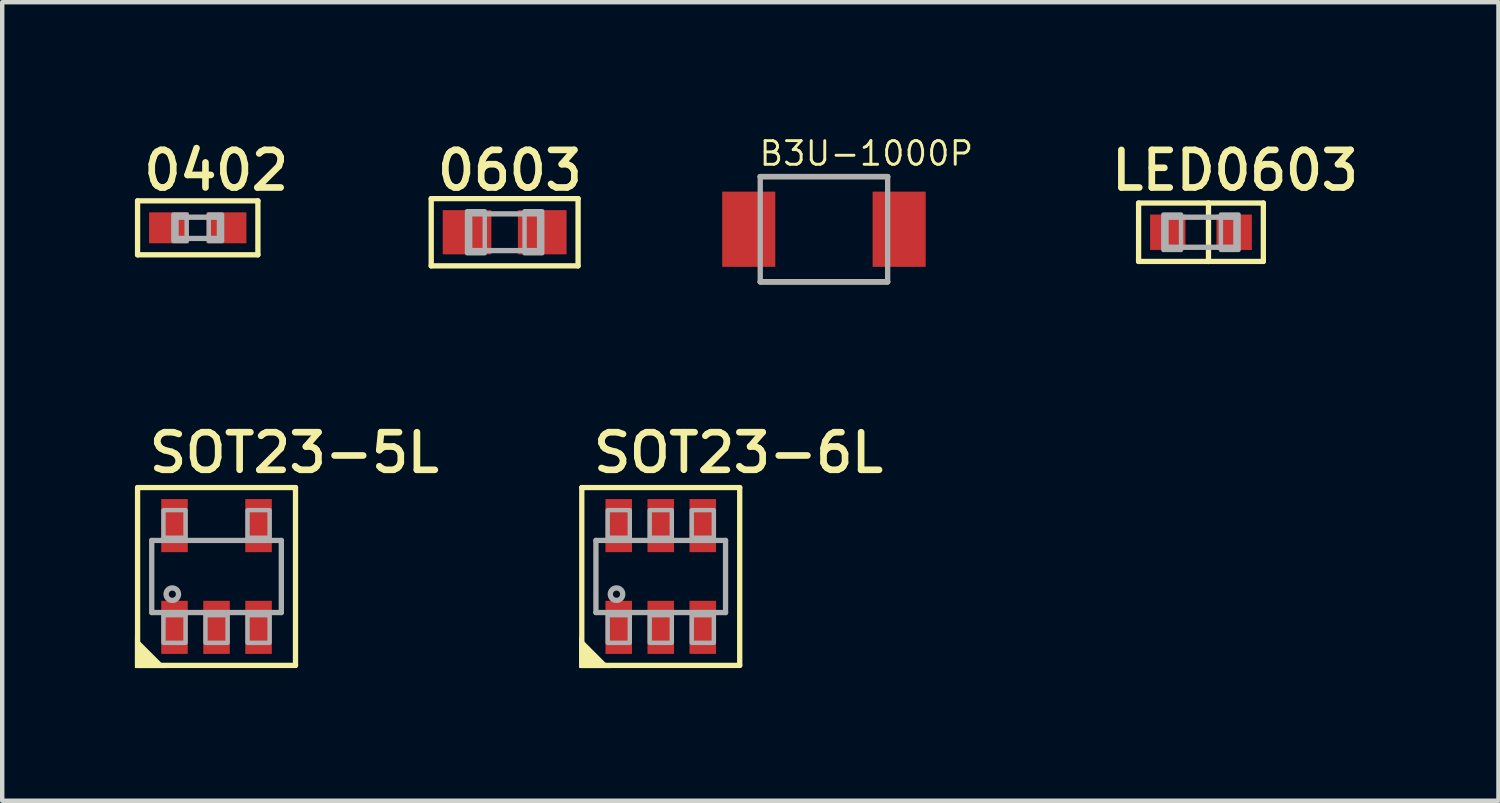
<source format=kicad_pcb>
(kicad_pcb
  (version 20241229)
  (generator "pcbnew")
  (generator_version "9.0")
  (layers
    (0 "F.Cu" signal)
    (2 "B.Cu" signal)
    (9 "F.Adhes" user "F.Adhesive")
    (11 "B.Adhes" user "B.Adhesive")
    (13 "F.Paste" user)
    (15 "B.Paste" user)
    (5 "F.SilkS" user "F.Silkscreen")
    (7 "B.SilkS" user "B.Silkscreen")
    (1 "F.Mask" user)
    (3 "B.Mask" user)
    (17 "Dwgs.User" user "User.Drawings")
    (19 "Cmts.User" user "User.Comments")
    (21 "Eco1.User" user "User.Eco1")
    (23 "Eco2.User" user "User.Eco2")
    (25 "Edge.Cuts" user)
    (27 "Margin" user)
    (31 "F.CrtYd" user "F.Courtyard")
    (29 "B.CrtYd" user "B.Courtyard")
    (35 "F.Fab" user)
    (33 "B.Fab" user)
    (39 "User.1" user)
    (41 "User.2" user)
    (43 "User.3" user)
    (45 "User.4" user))
  (footprint "LED0603"
    (layer "F.Cu")
    (at 24.099 2.2)
    (property "Reference" "LED0603" (at -2.1 -0.9 0) (layer "F.SilkS") (effects (font (size 0.85 0.85) (thickness 0.15)) (justify left bottom)))
    (fp_line (start -1.41 -0.66) (end 0.17 -0.66) (stroke (width 0.12) (type solid)) (layer "F.SilkS"))
    (fp_line (start -1.41 0.66) (end -1.41 -0.66) (stroke (width 0.12) (type solid)) (layer "F.SilkS"))
    (fp_line (start 0.17 -0.66) (end 0.17 0.66) (stroke (width 0.12) (type solid)) (layer "F.SilkS"))
    (fp_line (start 0.17 -0.66) (end 1.41 -0.66) (stroke (width 0.12) (type solid)) (layer "F.SilkS"))
    (fp_line (start 0.17 0.66) (end -1.41 0.66) (stroke (width 0.12) (type solid)) (layer "F.SilkS"))
    (fp_line (start 1.41 -0.66) (end 1.41 0.66) (stroke (width 0.12) (type solid)) (layer "F.SilkS"))
    (fp_line (start 1.41 0.66) (end 0.17 0.66) (stroke (width 0.12) (type solid)) (layer "F.SilkS"))
    (fp_line (start -0.79 -0.34) (end -0.79 0.34) (stroke (width 0.12) (type solid)) (layer "F.Fab"))
    (fp_line (start -0.79 0.34) (end 0.79 0.34) (stroke (width 0.12) (type solid)) (layer "F.Fab"))
    (fp_line (start 0.79 -0.34) (end -0.79 -0.34) (stroke (width 0.12) (type solid)) (layer "F.Fab"))
    (fp_line (start 0.79 0.34) (end 0.79 -0.34) (stroke (width 0.12) (type solid)) (layer "F.Fab"))
    (fp_poly (pts (xy -0.85 0.4) (xy -0.45 0.4) (xy -0.45 -0.4) (xy -0.85 -0.4)) (stroke (width 0.1) (type solid)) (fill no) (layer "F.Fab"))
    (fp_poly (pts (xy 0.45 0.4) (xy 0.85 0.4) (xy 0.85 -0.4) (xy 0.45 -0.4)) (stroke (width 0.1) (type solid)) (fill no) (layer "F.Fab"))
    (pad "1" smd rect (at -0.75 0 270) (size 0.8 0.8) (layers "F.Cu" "F.Mask" "F.Paste"))
    (pad "2" smd rect (at 0.75 0 270) (size 0.8 0.8) (layers "F.Cu" "F.Mask" "F.Paste")))
  (footprint "0402"
    (layer "F.Cu")
    (at 1.42 2.1)
    (property "Reference" "0402" (at -1.3 -0.8 0) (layer "F.SilkS") (effects (font (size 0.85 0.85) (thickness 0.15)) (justify left bottom)))
    (fp_line (start -1.36 -0.61) (end 1.36 -0.61) (stroke (width 0.12) (type solid)) (layer "F.SilkS"))
    (fp_line (start -1.36 0.61) (end -1.36 -0.61) (stroke (width 0.12) (type solid)) (layer "F.SilkS"))
    (fp_line (start 1.36 -0.61) (end 1.36 0.61) (stroke (width 0.12) (type solid)) (layer "F.SilkS"))
    (fp_line (start 1.36 0.61) (end -1.36 0.61) (stroke (width 0.12) (type solid)) (layer "F.SilkS"))
    (fp_line (start -0.49 -0.24) (end 0.49 -0.24) (stroke (width 0.12) (type solid)) (layer "F.Fab"))
    (fp_line (start -0.49 0.24) (end -0.49 -0.24) (stroke (width 0.12) (type solid)) (layer "F.Fab"))
    (fp_line (start 0.49 -0.24) (end 0.49 0.24) (stroke (width 0.12) (type solid)) (layer "F.Fab"))
    (fp_line (start 0.49 0.24) (end -0.49 0.24) (stroke (width 0.12) (type solid)) (layer "F.Fab"))
    (fp_poly (pts (xy -0.55 0.3) (xy -0.25 0.3) (xy -0.25 -0.3) (xy -0.55 -0.3)) (stroke (width 0.1) (type solid)) (fill no) (layer "F.Fab"))
    (fp_poly (pts (xy 0.25 0.3) (xy 0.55 0.3) (xy 0.55 -0.3) (xy 0.25 -0.3)) (stroke (width 0.1) (type solid)) (fill no) (layer "F.Fab"))
    (pad "1" smd rect (at -0.65 0) (size 0.9 0.7) (layers "F.Cu" "F.Mask" "F.Paste"))
    (pad "2" smd rect (at 0.65 0) (size 0.9 0.7) (layers "F.Cu" "F.Mask" "F.Paste")))
  (footprint "SOT23-6L"
    (layer "F.Cu")
    (at 11.887 9.982)
    (property "Reference" "SOT23-6L" (at -1.6 -2.3 0) (layer "F.SilkS") (effects (font (size 0.85 0.85) (thickness 0.15)) (justify left bottom)))
    (fp_line (start -1.785 -2.01) (end 1.785 -2.01) (stroke (width 0.12) (type solid)) (layer "F.SilkS"))
    (fp_line (start -1.785 2.01) (end -1.785 -2.01) (stroke (width 0.12) (type solid)) (layer "F.SilkS"))
    (fp_line (start 1.785 -2.01) (end 1.785 2.01) (stroke (width 0.12) (type solid)) (layer "F.SilkS"))
    (fp_line (start 1.785 2.01) (end -1.785 2.01) (stroke (width 0.12) (type solid)) (layer "F.SilkS"))
    (fp_poly (pts (xy -1.13 2.07) (xy -1.845 2.07) (xy -1.845 1.355)) (stroke (width 0) (type solid)) (fill yes) (layer "F.SilkS"))
    (fp_line (start -1.465 -0.815) (end 1.465 -0.815) (stroke (width 0.12) (type solid)) (layer "F.Fab"))
    (fp_line (start -1.465 0.815) (end -1.465 -0.815) (stroke (width 0.12) (type solid)) (layer "F.Fab"))
    (fp_line (start 1.465 -0.815) (end 1.465 0.815) (stroke (width 0.12) (type solid)) (layer "F.Fab"))
    (fp_line (start 1.465 0.815) (end -1.465 0.815) (stroke (width 0.12) (type solid)) (layer "F.Fab"))
    (fp_circle (center -1 0.4) (end -0.859 0.4) (stroke (width 0.12) (type solid)) (fill no) (layer "F.Fab"))
    (fp_poly (pts (xy -1.2 -0.875) (xy -0.7 -0.875) (xy -0.7 -1.5) (xy -1.2 -1.5)) (stroke (width 0.1) (type solid)) (fill no) (layer "F.Fab"))
    (fp_poly (pts (xy -0.7 0.875) (xy -1.2 0.875) (xy -1.2 1.5) (xy -0.7 1.5)) (stroke (width 0.1) (type solid)) (fill no) (layer "F.Fab"))
    (fp_poly (pts (xy -0.25 -0.875) (xy 0.25 -0.875) (xy 0.25 -1.5) (xy -0.25 -1.5)) (stroke (width 0.1) (type solid)) (fill no) (layer "F.Fab"))
    (fp_poly (pts (xy 0.25 0.875) (xy -0.25 0.875) (xy -0.25 1.5) (xy 0.25 1.5)) (stroke (width 0.1) (type solid)) (fill no) (layer "F.Fab"))
    (fp_poly (pts (xy 0.7 -0.875) (xy 1.2 -0.875) (xy 1.2 -1.5) (xy 0.7 -1.5)) (stroke (width 0.1) (type solid)) (fill no) (layer "F.Fab"))
    (fp_poly (pts (xy 1.2 0.875) (xy 0.7 0.875) (xy 0.7 1.5) (xy 1.2 1.5)) (stroke (width 0.1) (type solid)) (fill no) (layer "F.Fab"))
    (pad "1" smd rect (at -0.95 1.15 90) (size 1.2 0.6) (layers "F.Cu" "F.Mask" "F.Paste"))
    (pad "2" smd rect (at 0 1.15 90) (size 1.2 0.6) (layers "F.Cu" "F.Mask" "F.Paste"))
    (pad "3" smd rect (at 0.95 1.15 90) (size 1.2 0.6) (layers "F.Cu" "F.Mask" "F.Paste"))
    (pad "4" smd rect (at 0.95 -1.15 90) (size 1.2 0.6) (layers "F.Cu" "F.Mask" "F.Paste"))
    (pad "5" smd rect (at 0 -1.15 90) (size 1.2 0.6) (layers "F.Cu" "F.Mask" "F.Paste"))
    (pad "6" smd rect (at -0.95 -1.15 90) (size 1.2 0.6) (layers "F.Cu" "F.Mask" "F.Paste")))
  (footprint "B3U-1000P"
    (layer "F.Cu")
    (at 15.576 2.132)
    (property "Reference" "B3U-1000P" (at -1.5 -1.4 0) (layer "F.SilkS") (effects (font (size 0.534 0.534) (thickness 0.066)) (justify left bottom)))
    (fp_line (start -1.44 1.19) (end 1.44 1.19) (stroke (width 0.12) (type solid)) (layer "F.SilkS"))
    (fp_line (start 1.44 -1.19) (end -1.44 -1.19) (stroke (width 0.12) (type solid)) (layer "F.SilkS"))
    (fp_line (start -1.44 -1.19) (end -1.44 1.19) (stroke (width 0.12) (type solid)) (layer "F.Fab"))
    (fp_line (start -1.44 1.19) (end 1.44 1.19) (stroke (width 0.12) (type solid)) (layer "F.Fab"))
    (fp_line (start 1.44 -1.19) (end -1.44 -1.19) (stroke (width 0.12) (type solid)) (layer "F.Fab"))
    (fp_line (start 1.44 1.19) (end 1.44 -1.19) (stroke (width 0.12) (type solid)) (layer "F.Fab"))
    (pad "1" smd rect (at -1.7 0 90) (size 1.7 1.2) (layers "F.Cu" "F.Mask" "F.Paste"))
    (pad "2" smd rect (at 1.7 0 90) (size 1.7 1.2) (layers "F.Cu" "F.Mask" "F.Paste")))
  (footprint "SOT23-5L"
    (layer "F.Cu")
    (at 1.845 9.982)
    (property "Reference" "SOT23-5L" (at -1.6 -2.3 0) (layer "F.SilkS") (effects (font (size 0.85 0.85) (thickness 0.15)) (justify left bottom)))
    (fp_line (start -1.785 -2.01) (end 1.785 -2.01) (stroke (width 0.12) (type solid)) (layer "F.SilkS"))
    (fp_line (start -1.785 2.01) (end -1.785 -2.01) (stroke (width 0.12) (type solid)) (layer "F.SilkS"))
    (fp_line (start 1.785 -2.01) (end 1.785 2.01) (stroke (width 0.12) (type solid)) (layer "F.SilkS"))
    (fp_line (start 1.785 2.01) (end -1.785 2.01) (stroke (width 0.12) (type solid)) (layer "F.SilkS"))
    (fp_poly (pts (xy -1.13 2.07) (xy -1.845 2.07) (xy -1.845 1.355)) (stroke (width 0) (type solid)) (fill yes) (layer "F.SilkS"))
    (fp_line (start -1.465 -0.815) (end 1.465 -0.815) (stroke (width 0.12) (type solid)) (layer "F.Fab"))
    (fp_line (start -1.465 0.815) (end -1.465 -0.815) (stroke (width 0.12) (type solid)) (layer "F.Fab"))
    (fp_line (start 1.465 -0.815) (end 1.465 0.815) (stroke (width 0.12) (type solid)) (layer "F.Fab"))
    (fp_line (start 1.465 0.815) (end -1.465 0.815) (stroke (width 0.12) (type solid)) (layer "F.Fab"))
    (fp_circle (center -1 0.4) (end -0.859 0.4) (stroke (width 0.12) (type solid)) (fill no) (layer "F.Fab"))
    (fp_poly (pts (xy -1.2 -0.875) (xy -0.7 -0.875) (xy -0.7 -1.5) (xy -1.2 -1.5)) (stroke (width 0.1) (type solid)) (fill no) (layer "F.Fab"))
    (fp_poly (pts (xy -0.7 0.875) (xy -1.2 0.875) (xy -1.2 1.5) (xy -0.7 1.5)) (stroke (width 0.1) (type solid)) (fill no) (layer "F.Fab"))
    (fp_poly (pts (xy 0.25 0.875) (xy -0.25 0.875) (xy -0.25 1.5) (xy 0.25 1.5)) (stroke (width 0.1) (type solid)) (fill no) (layer "F.Fab"))
    (fp_poly (pts (xy 0.7 -0.875) (xy 1.2 -0.875) (xy 1.2 -1.5) (xy 0.7 -1.5)) (stroke (width 0.1) (type solid)) (fill no) (layer "F.Fab"))
    (fp_poly (pts (xy 1.2 0.875) (xy 0.7 0.875) (xy 0.7 1.5) (xy 1.2 1.5)) (stroke (width 0.1) (type solid)) (fill no) (layer "F.Fab"))
    (pad "1" smd rect (at -0.95 1.15 90) (size 1.2 0.6) (layers "F.Cu" "F.Mask" "F.Paste"))
    (pad "2" smd rect (at 0 1.15 90) (size 1.2 0.6) (layers "F.Cu" "F.Mask" "F.Paste"))
    (pad "3" smd rect (at 0.95 1.15 90) (size 1.2 0.6) (layers "F.Cu" "F.Mask" "F.Paste"))
    (pad "4" smd rect (at 0.95 -1.15 90) (size 1.2 0.6) (layers "F.Cu" "F.Mask" "F.Paste"))
    (pad "5" smd rect (at -0.95 -1.15 90) (size 1.2 0.6) (layers "F.Cu" "F.Mask" "F.Paste")))
  (footprint "0603"
    (layer "F.Cu")
    (at 8.358 2.2)
    (property "Reference" "0603" (at -1.6 -0.9 0) (layer "F.SilkS") (effects (font (size 0.85 0.85) (thickness 0.15)) (justify left bottom)))
    (fp_line (start -1.66 -0.76) (end 1.66 -0.76) (stroke (width 0.12) (type solid)) (layer "F.SilkS"))
    (fp_line (start -1.66 0.76) (end -1.66 -0.76) (stroke (width 0.12) (type solid)) (layer "F.SilkS"))
    (fp_line (start 1.66 -0.76) (end 1.66 0.76) (stroke (width 0.12) (type solid)) (layer "F.SilkS"))
    (fp_line (start 1.66 0.76) (end -1.66 0.76) (stroke (width 0.12) (type solid)) (layer "F.SilkS"))
    (fp_line (start -0.79 -0.415) (end -0.79 0.415) (stroke (width 0.12) (type solid)) (layer "F.Fab"))
    (fp_line (start -0.79 0.415) (end 0.79 0.415) (stroke (width 0.12) (type solid)) (layer "F.Fab"))
    (fp_line (start 0.79 -0.415) (end -0.79 -0.415) (stroke (width 0.12) (type solid)) (layer "F.Fab"))
    (fp_line (start 0.79 0.415) (end 0.79 -0.415) (stroke (width 0.12) (type solid)) (layer "F.Fab"))
    (fp_poly (pts (xy -0.85 0.475) (xy -0.45 0.475) (xy -0.45 -0.475) (xy -0.85 -0.475)) (stroke (width 0.1) (type solid)) (fill no) (layer "F.Fab"))
    (fp_poly (pts (xy 0.45 0.475) (xy 0.85 0.475) (xy 0.85 -0.475) (xy 0.45 -0.475)) (stroke (width 0.1) (type solid)) (fill no) (layer "F.Fab"))
    (pad "1" smd rect (at -0.85 0 270) (size 1 1.1) (layers "F.Cu" "F.Mask" "F.Paste"))
    (pad "2" smd rect (at 0.85 0 270) (size 1 1.1) (layers "F.Cu" "F.Mask" "F.Paste")))
  (gr_rect
    (start -3 -3)
    (end 30.824 15.052)
    (stroke (width 0.1) (type default))
    (fill no)
    (layer "Edge.Cuts")))
</source>
